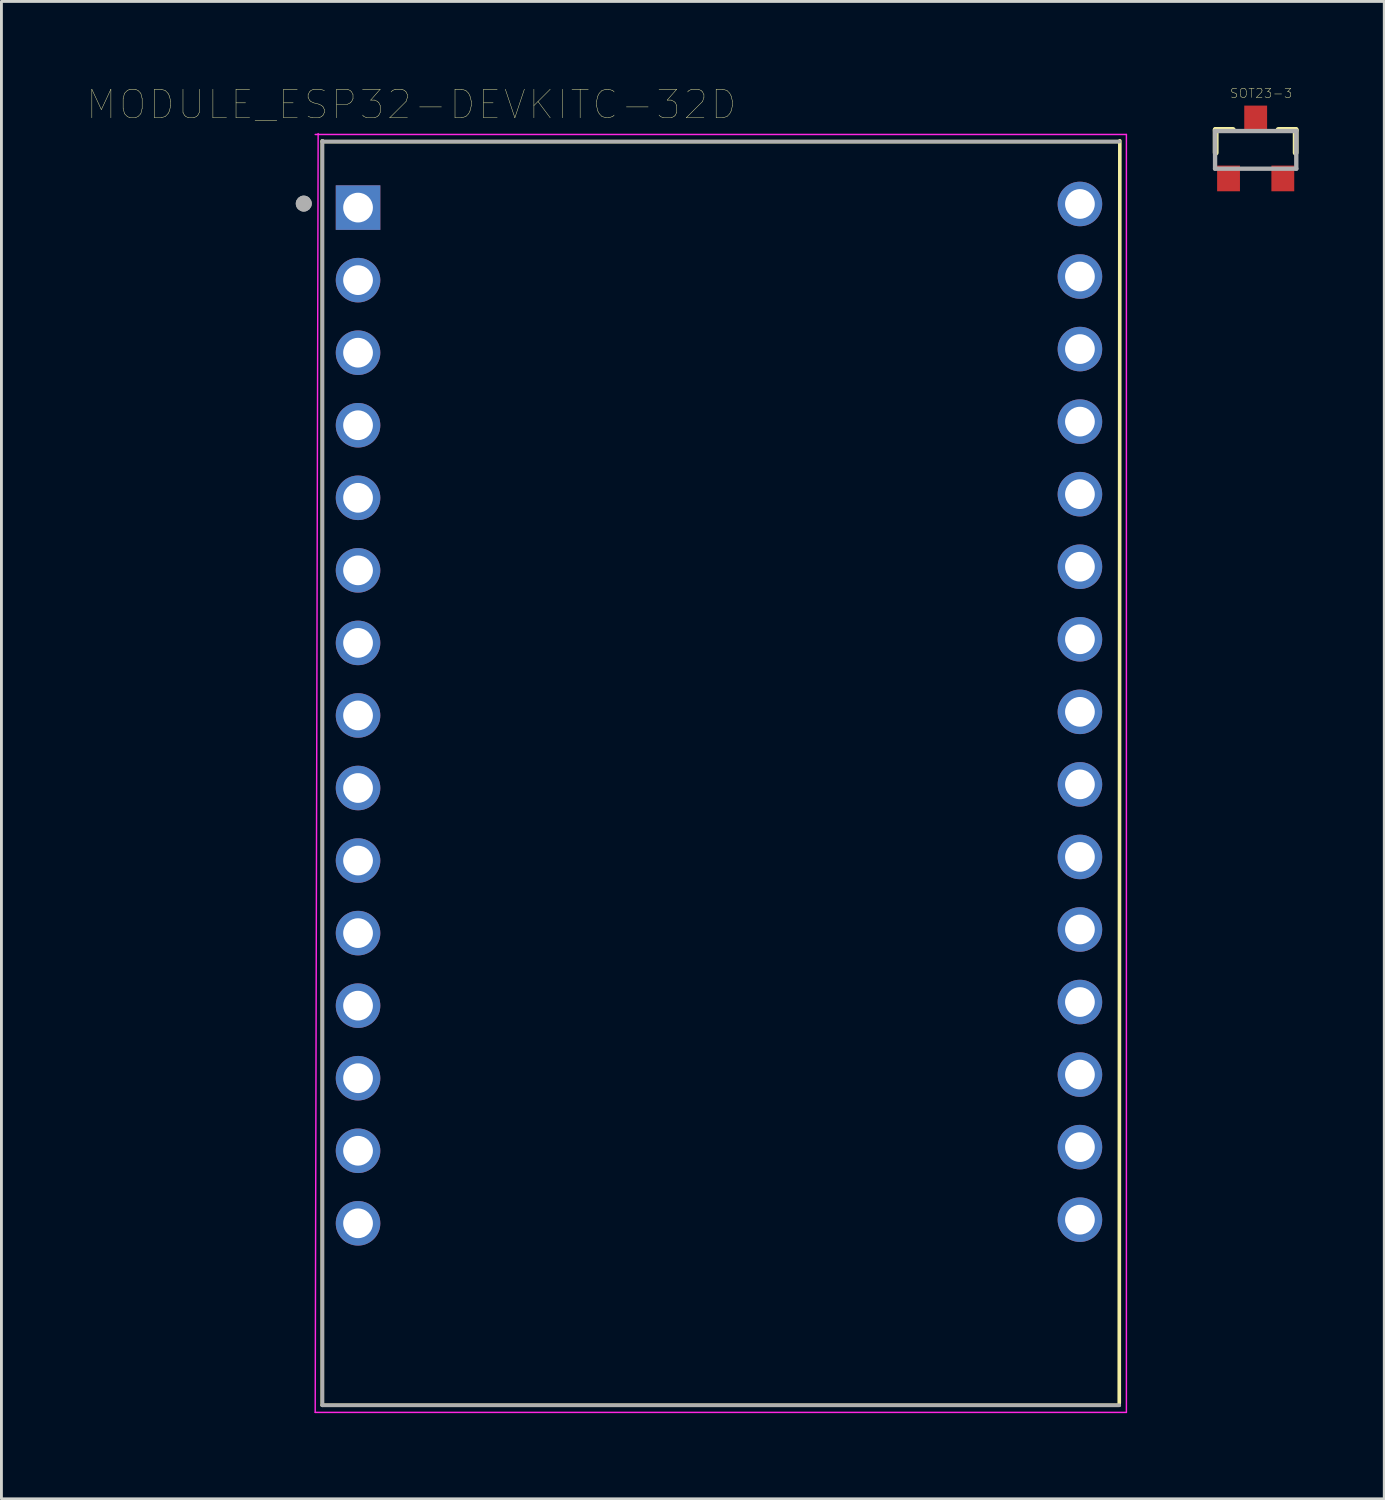
<source format=kicad_pcb>
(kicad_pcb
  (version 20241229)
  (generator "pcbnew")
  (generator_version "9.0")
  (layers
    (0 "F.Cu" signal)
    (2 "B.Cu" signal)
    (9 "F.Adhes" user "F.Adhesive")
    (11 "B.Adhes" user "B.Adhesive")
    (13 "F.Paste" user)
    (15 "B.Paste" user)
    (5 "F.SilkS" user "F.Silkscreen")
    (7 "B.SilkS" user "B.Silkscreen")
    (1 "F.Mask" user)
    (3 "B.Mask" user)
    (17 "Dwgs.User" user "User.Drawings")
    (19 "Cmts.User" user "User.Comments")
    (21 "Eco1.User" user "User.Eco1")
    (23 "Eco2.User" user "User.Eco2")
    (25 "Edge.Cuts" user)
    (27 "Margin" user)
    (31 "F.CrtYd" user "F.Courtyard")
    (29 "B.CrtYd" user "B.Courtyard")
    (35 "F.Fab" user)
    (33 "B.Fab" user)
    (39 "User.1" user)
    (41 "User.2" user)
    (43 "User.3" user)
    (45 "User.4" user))
  (footprint "SOT23-3"
    (layer "F.Cu")
    (at 40.911 2.197)
    (property "Reference" "SOT23-3" (at 0.191 -1.983 0) (layer "F.SilkS") (effects (font (size 0.32 0.32) (thickness 0.015))))
    (attr through_hole)
    (fp_line (start -1.4 -0.7) (end -1.4 0.1) (stroke (width 0.203) (type solid)) (layer "F.SilkS"))
    (fp_line (start -0.8 -0.7) (end -1.4 -0.7) (stroke (width 0.203) (type solid)) (layer "F.SilkS"))
    (fp_line (start 0.8 -0.7) (end 1.4 -0.7) (stroke (width 0.203) (type solid)) (layer "F.SilkS"))
    (fp_line (start 1.4 -0.7) (end 1.4 0.1) (stroke (width 0.203) (type solid)) (layer "F.SilkS"))
    (fp_line (start -1.422 -0.66) (end 1.422 -0.66) (stroke (width 0.152) (type solid)) (layer "F.Fab"))
    (fp_line (start -1.422 0.66) (end -1.422 -0.66) (stroke (width 0.152) (type solid)) (layer "F.Fab"))
    (fp_line (start 1.422 -0.66) (end 1.422 0.66) (stroke (width 0.152) (type solid)) (layer "F.Fab"))
    (fp_line (start 1.422 0.66) (end -1.422 0.66) (stroke (width 0.152) (type solid)) (layer "F.Fab"))
    (pad "1" smd rect (at -0.95 1) (size 0.8 0.9) (layers "F.Cu" "F.Mask" "F.Paste"))
    (pad "2" smd rect (at 0.95 1) (size 0.8 0.9) (layers "F.Cu" "F.Mask" "F.Paste"))
    (pad "3" smd rect (at 0 -1.1) (size 0.8 0.9) (layers "F.Cu" "F.Mask" "F.Paste")))
  (footprint "MODULE_ESP32-DEVKITC-32D"
    (layer "F.Cu")
    (at 22.185 23.978)
    (property "Reference" "MODULE_ESP32-DEVKITC-32D" (at -10.829 -23.366 0) (layer "F.SilkS") (effects (font (size 1 1) (thickness 0.015))))
    (attr through_hole)
    (fp_line (start -13.95 -22.07) (end 13.95 -22.07) (stroke (width 0.127) (type solid)) (layer "F.SilkS"))
    (fp_line (start -13.95 22.17) (end -13.95 -22.098) (stroke (width 0.127) (type solid)) (layer "F.SilkS"))
    (fp_line (start 13.95 22.17) (end -13.95 22.17) (stroke (width 0.127) (type solid)) (layer "F.SilkS"))
    (fp_line (start 13.97 -22.098) (end 13.95 22.098) (stroke (width 0.127) (type solid)) (layer "F.SilkS"))
    (fp_line (start -14.2 -22.32) (end 14.2 -22.32) (stroke (width 0.05) (type solid)) (layer "F.CrtYd"))
    (fp_line (start -14.2 22.42) (end -14.097 -22.352) (stroke (width 0.05) (type solid)) (layer "F.CrtYd"))
    (fp_line (start 14.2 -22.32) (end 14.2 22.42) (stroke (width 0.05) (type solid)) (layer "F.CrtYd"))
    (fp_line (start 14.2 22.42) (end -14.2 22.42) (stroke (width 0.05) (type solid)) (layer "F.CrtYd"))
    (fp_line (start -13.95 -22.07) (end 13.95 -22.07) (stroke (width 0.127) (type solid)) (layer "F.Fab"))
    (fp_line (start -13.95 22.17) (end -13.95 -22.098) (stroke (width 0.127) (type solid)) (layer "F.Fab"))
    (fp_line (start 13.95 22.17) (end -13.95 22.17) (stroke (width 0.127) (type solid)) (layer "F.Fab"))
    (fp_circle (center -14.6 -19.9) (end -14.46 -19.9) (stroke (width 0.28) (type solid)) (fill no) (layer "F.Fab"))
    (fp_circle (center -14.6 -19.9) (end -14.46 -19.9) (stroke (width 0.28) (type solid)) (fill no) (layer "F.Fab"))
    (pad "1" thru_hole rect (at -12.7 -19.76) (size 1.56 1.56) (drill 1.04) (layers "*.Cu" "*.Mask"))
    (pad "2" thru_hole circle (at -12.7 -17.22) (size 1.56 1.56) (drill 1.04) (layers "*.Cu" "*.Mask"))
    (pad "3" thru_hole circle (at -12.7 -14.68) (size 1.56 1.56) (drill 1.04) (layers "*.Cu" "*.Mask"))
    (pad "4" thru_hole circle (at -12.7 -12.14) (size 1.56 1.56) (drill 1.04) (layers "*.Cu" "*.Mask"))
    (pad "5" thru_hole circle (at -12.7 -9.6) (size 1.56 1.56) (drill 1.04) (layers "*.Cu" "*.Mask"))
    (pad "6" thru_hole circle (at -12.7 -7.06) (size 1.56 1.56) (drill 1.04) (layers "*.Cu" "*.Mask"))
    (pad "7" thru_hole circle (at -12.7 -4.52) (size 1.56 1.56) (drill 1.04) (layers "*.Cu" "*.Mask"))
    (pad "8" thru_hole circle (at -12.7 -1.98) (size 1.56 1.56) (drill 1.04) (layers "*.Cu" "*.Mask"))
    (pad "9" thru_hole circle (at -12.7 0.56) (size 1.56 1.56) (drill 1.04) (layers "*.Cu" "*.Mask"))
    (pad "10" thru_hole circle (at -12.7 3.1) (size 1.56 1.56) (drill 1.04) (layers "*.Cu" "*.Mask"))
    (pad "11" thru_hole circle (at -12.7 5.64) (size 1.56 1.56) (drill 1.04) (layers "*.Cu" "*.Mask"))
    (pad "12" thru_hole circle (at -12.7 8.18) (size 1.56 1.56) (drill 1.04) (layers "*.Cu" "*.Mask"))
    (pad "13" thru_hole circle (at -12.7 10.72) (size 1.56 1.56) (drill 1.04) (layers "*.Cu" "*.Mask"))
    (pad "14" thru_hole circle (at -12.7 13.26) (size 1.56 1.56) (drill 1.04) (layers "*.Cu" "*.Mask"))
    (pad "15" thru_hole circle (at -12.7 15.8) (size 1.56 1.56) (drill 1.04) (layers "*.Cu" "*.Mask"))
    (pad "16" thru_hole circle (at 12.573 -19.887) (size 1.56 1.56) (drill 1.04) (layers "*.Cu" "*.Mask"))
    (pad "17" thru_hole circle (at 12.573 -17.347) (size 1.56 1.56) (drill 1.04) (layers "*.Cu" "*.Mask"))
    (pad "18" thru_hole circle (at 12.573 -14.807) (size 1.56 1.56) (drill 1.04) (layers "*.Cu" "*.Mask"))
    (pad "19" thru_hole circle (at 12.573 -12.267) (size 1.56 1.56) (drill 1.04) (layers "*.Cu" "*.Mask"))
    (pad "20" thru_hole circle (at 12.573 -9.727) (size 1.56 1.56) (drill 1.04) (layers "*.Cu" "*.Mask"))
    (pad "21" thru_hole circle (at 12.573 -7.187) (size 1.56 1.56) (drill 1.04) (layers "*.Cu" "*.Mask"))
    (pad "22" thru_hole circle (at 12.573 -4.647) (size 1.56 1.56) (drill 1.04) (layers "*.Cu" "*.Mask"))
    (pad "23" thru_hole circle (at 12.573 -2.107) (size 1.56 1.56) (drill 1.04) (layers "*.Cu" "*.Mask"))
    (pad "24" thru_hole circle (at 12.573 0.433) (size 1.56 1.56) (drill 1.04) (layers "*.Cu" "*.Mask"))
    (pad "25" thru_hole circle (at 12.573 2.973) (size 1.56 1.56) (drill 1.04) (layers "*.Cu" "*.Mask"))
    (pad "26" thru_hole circle (at 12.573 5.513) (size 1.56 1.56) (drill 1.04) (layers "*.Cu" "*.Mask"))
    (pad "27" thru_hole circle (at 12.573 8.053) (size 1.56 1.56) (drill 1.04) (layers "*.Cu" "*.Mask"))
    (pad "28" thru_hole circle (at 12.573 10.593) (size 1.56 1.56) (drill 1.04) (layers "*.Cu" "*.Mask"))
    (pad "29" thru_hole circle (at 12.573 13.133) (size 1.56 1.56) (drill 1.04) (layers "*.Cu" "*.Mask"))
    (pad "30" thru_hole circle (at 12.573 15.673) (size 1.56 1.56) (drill 1.04) (layers "*.Cu" "*.Mask")))
  (gr_rect
    (start -3 -3)
    (end 45.413 49.423)
    (stroke (width 0.1) (type default))
    (fill no)
    (layer "Edge.Cuts")))
</source>
